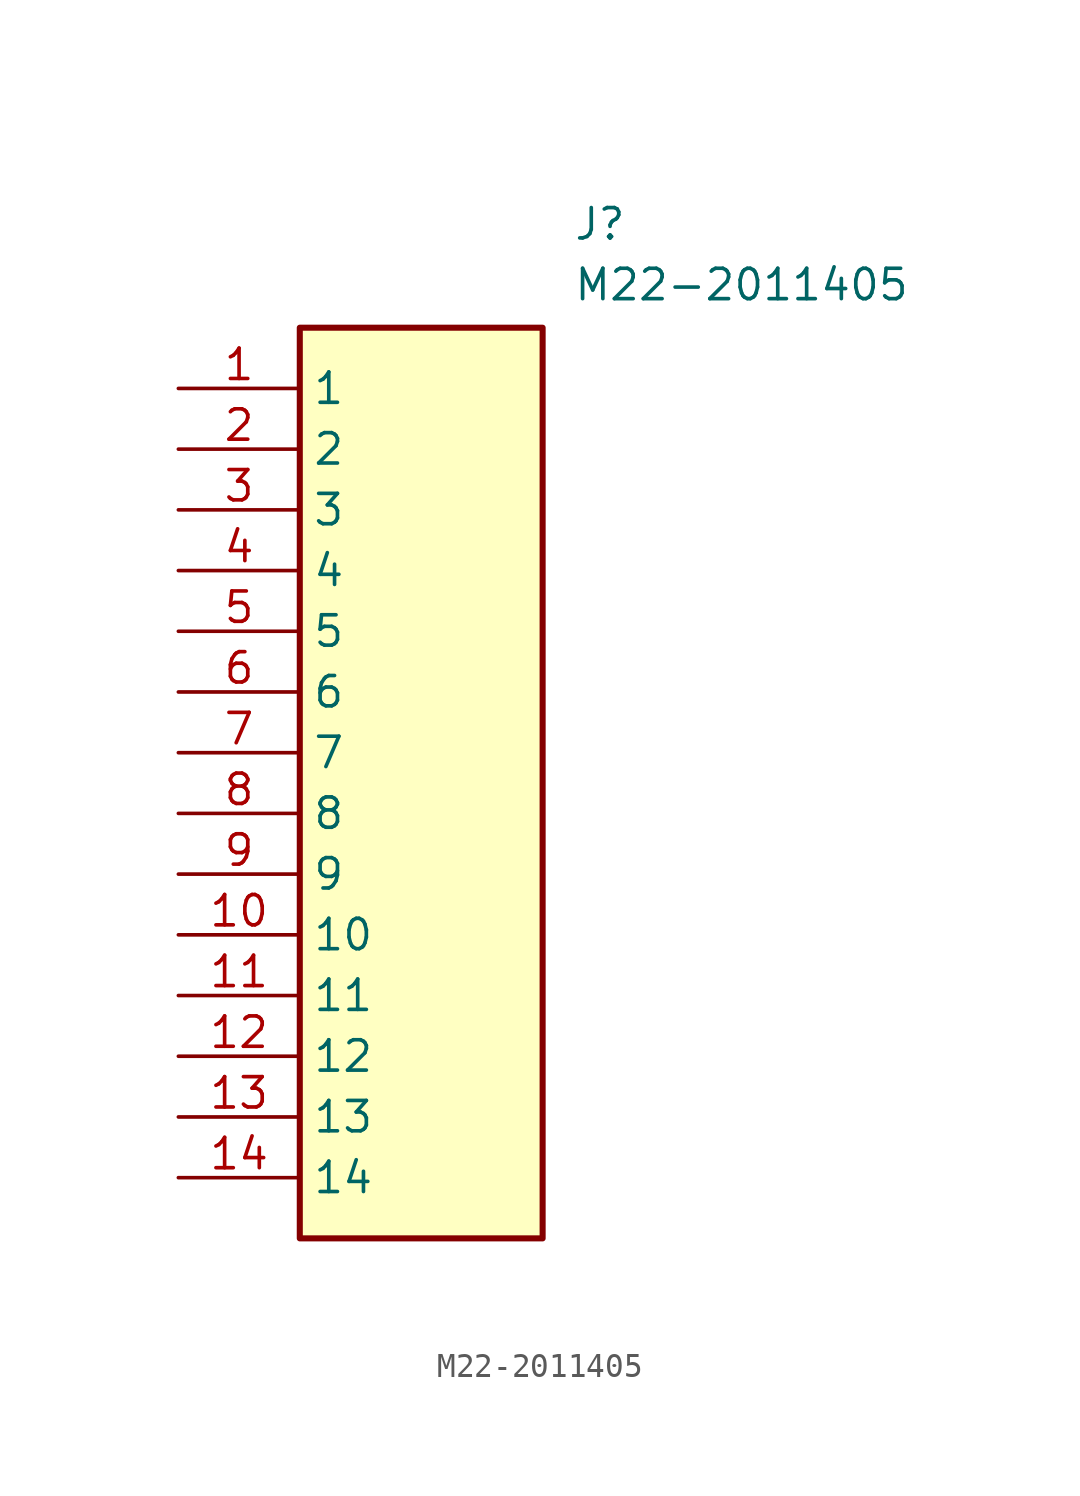
<source format=kicad_sym>
(kicad_symbol_lib
  (version 20211014)
  (generator SamacSys_ECAD_Model)
  (symbol "M22-2011405"
    (property "Reference" "J"
      (at 16.51 7.62 0)
      (effects (font (size 1.27 1.27)) (justify left top)))
    (property "Value" "M22-2011405"
      (at 16.51 5.08 0)
      (effects (font (size 1.27 1.27)) (justify left top)))
    (rectangle
      (start 5.08 2.54)
      (end 15.24 -35.56)
      (stroke (width 0.254) (type default))
      (fill (type background)))
    (pin passive line
      (at 0 0 0)
      (length 5.08)
      (name "1" (effects (font (size 1.27 1.27))))
      (number "1" (effects (font (size 1.27 1.27)))))
    (pin passive line
      (at 0 -2.54 0)
      (length 5.08)
      (name "2" (effects (font (size 1.27 1.27))))
      (number "2" (effects (font (size 1.27 1.27)))))
    (pin passive line
      (at 0 -5.08 0)
      (length 5.08)
      (name "3" (effects (font (size 1.27 1.27))))
      (number "3" (effects (font (size 1.27 1.27)))))
    (pin passive line
      (at 0 -7.62 0)
      (length 5.08)
      (name "4" (effects (font (size 1.27 1.27))))
      (number "4" (effects (font (size 1.27 1.27)))))
    (pin passive line
      (at 0 -10.16 0)
      (length 5.08)
      (name "5" (effects (font (size 1.27 1.27))))
      (number "5" (effects (font (size 1.27 1.27)))))
    (pin passive line
      (at 0 -12.7 0)
      (length 5.08)
      (name "6" (effects (font (size 1.27 1.27))))
      (number "6" (effects (font (size 1.27 1.27)))))
    (pin passive line
      (at 0 -15.24 0)
      (length 5.08)
      (name "7" (effects (font (size 1.27 1.27))))
      (number "7" (effects (font (size 1.27 1.27)))))
    (pin passive line
      (at 0 -17.78 0)
      (length 5.08)
      (name "8" (effects (font (size 1.27 1.27))))
      (number "8" (effects (font (size 1.27 1.27)))))
    (pin passive line
      (at 0 -20.32 0)
      (length 5.08)
      (name "9" (effects (font (size 1.27 1.27))))
      (number "9" (effects (font (size 1.27 1.27)))))
    (pin passive line
      (at 0 -22.86 0)
      (length 5.08)
      (name "10" (effects (font (size 1.27 1.27))))
      (number "10" (effects (font (size 1.27 1.27)))))
    (pin passive line
      (at 0 -25.4 0)
      (length 5.08)
      (name "11" (effects (font (size 1.27 1.27))))
      (number "11" (effects (font (size 1.27 1.27)))))
    (pin passive line
      (at 0 -27.94 0)
      (length 5.08)
      (name "12" (effects (font (size 1.27 1.27))))
      (number "12" (effects (font (size 1.27 1.27)))))
    (pin passive line
      (at 0 -30.48 0)
      (length 5.08)
      (name "13" (effects (font (size 1.27 1.27))))
      (number "13" (effects (font (size 1.27 1.27)))))
    (pin passive line
      (at 0 -33.02 0)
      (length 5.08)
      (name "14" (effects (font (size 1.27 1.27))))
      (number "14" (effects (font (size 1.27 1.27)))))))
</source>
